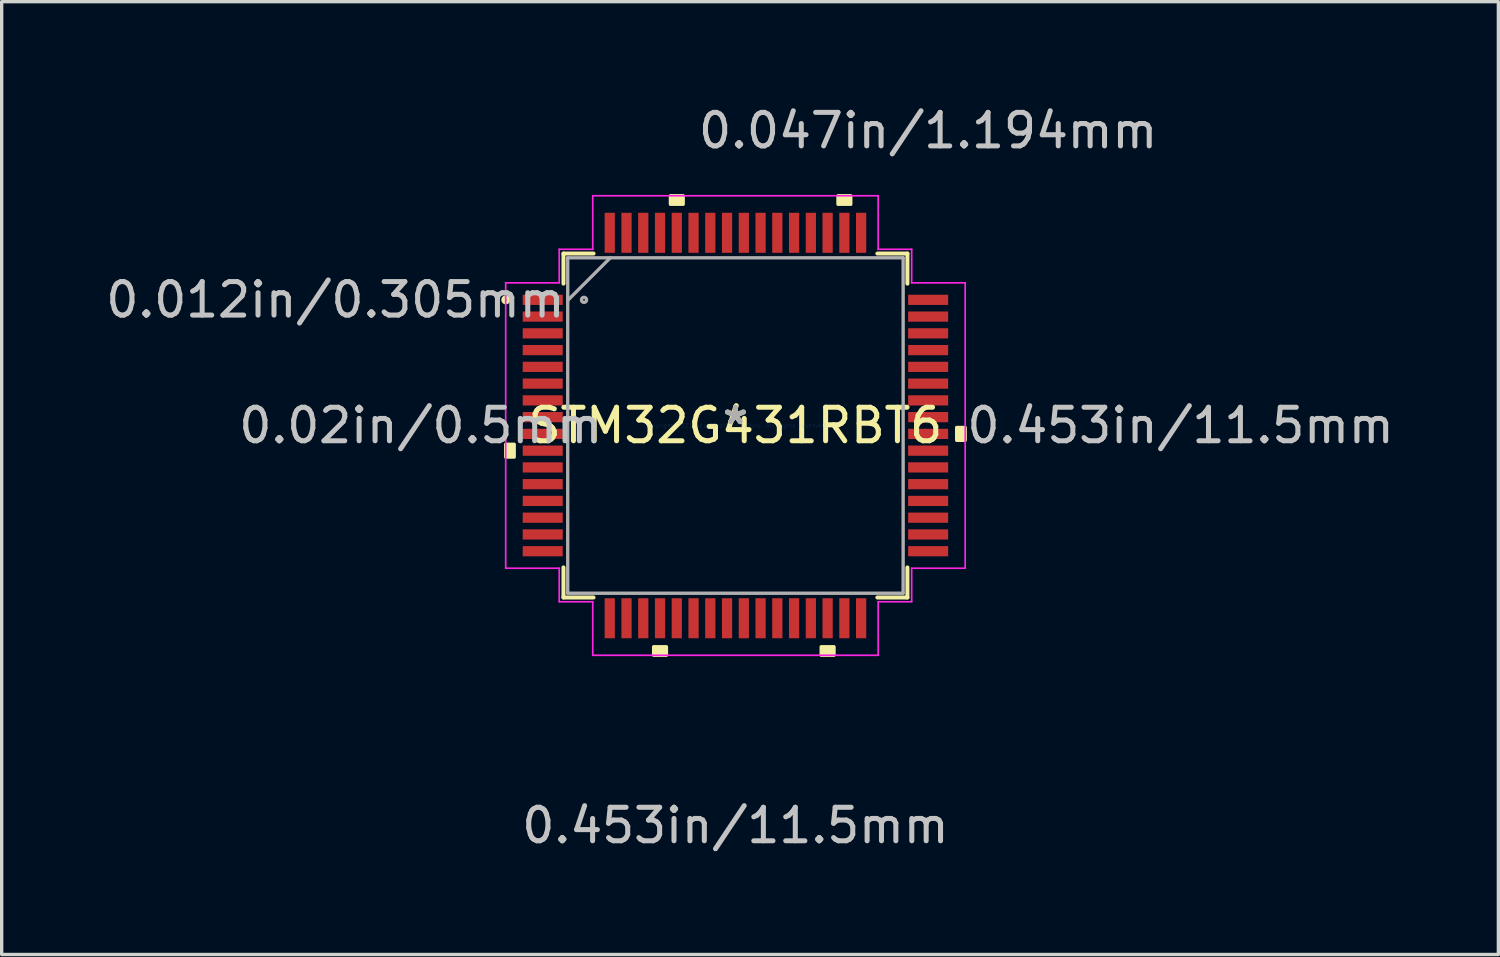
<source format=kicad_pcb>
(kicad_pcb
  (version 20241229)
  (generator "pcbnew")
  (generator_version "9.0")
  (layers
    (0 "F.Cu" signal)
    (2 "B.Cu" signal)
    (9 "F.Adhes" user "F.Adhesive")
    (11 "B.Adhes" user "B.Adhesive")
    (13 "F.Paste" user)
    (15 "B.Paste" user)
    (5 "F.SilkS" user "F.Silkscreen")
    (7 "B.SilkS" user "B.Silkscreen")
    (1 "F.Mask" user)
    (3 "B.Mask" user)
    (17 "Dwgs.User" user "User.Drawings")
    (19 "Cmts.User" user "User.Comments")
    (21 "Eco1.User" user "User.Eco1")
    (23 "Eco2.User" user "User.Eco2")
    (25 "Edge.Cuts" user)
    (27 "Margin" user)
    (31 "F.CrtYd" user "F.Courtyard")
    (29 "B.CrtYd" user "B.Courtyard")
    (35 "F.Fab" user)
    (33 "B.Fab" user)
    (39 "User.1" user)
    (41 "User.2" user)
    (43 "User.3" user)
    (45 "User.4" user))
  (footprint "STM32G431RBT6"
    (layer "F.Cu")
    (at 18.893 9.646)
    (property "Reference" "STM32G431RBT6" (at 0 0 0) (layer "F.SilkS") (effects (font (size 1 1) (thickness 0.15))))
    (attr through_hole)
    (fp_line (start -5.131 -5.131) (end -5.131 -4.234) (stroke (width 0.12) (type solid)) (layer "F.SilkS"))
    (fp_line (start -5.131 4.234) (end -5.131 5.131) (stroke (width 0.12) (type solid)) (layer "F.SilkS"))
    (fp_line (start -5.131 5.131) (end -4.234 5.131) (stroke (width 0.12) (type solid)) (layer "F.SilkS"))
    (fp_line (start -4.234 -5.131) (end -5.131 -5.131) (stroke (width 0.12) (type solid)) (layer "F.SilkS"))
    (fp_line (start 4.234 5.131) (end 5.131 5.131) (stroke (width 0.12) (type solid)) (layer "F.SilkS"))
    (fp_line (start 5.131 -5.131) (end 4.234 -5.131) (stroke (width 0.12) (type solid)) (layer "F.SilkS"))
    (fp_line (start 5.131 -4.234) (end 5.131 -5.131) (stroke (width 0.12) (type solid)) (layer "F.SilkS"))
    (fp_line (start 5.131 5.131) (end 5.131 4.234) (stroke (width 0.12) (type solid)) (layer "F.SilkS"))
    (fp_circle (center -6.851 -3.75) (end -6.775 -3.75) (stroke (width 0.12) (type solid)) (fill no) (layer "F.SilkS"))
    (fp_poly (pts (xy -6.855 0.56) (xy -6.855 0.941) (xy -6.601 0.941) (xy -6.601 0.56)) (stroke (width 0.1) (type solid)) (fill yes) (layer "F.SilkS"))
    (fp_poly (pts (xy -2.441 6.601) (xy -2.441 6.855) (xy -2.06 6.855) (xy -2.06 6.601)) (stroke (width 0.1) (type solid)) (fill yes) (layer "F.SilkS"))
    (fp_poly (pts (xy -1.94 -6.601) (xy -1.94 -6.855) (xy -1.559 -6.855) (xy -1.559 -6.601)) (stroke (width 0.1) (type solid)) (fill yes) (layer "F.SilkS"))
    (fp_poly (pts (xy 2.559 6.601) (xy 2.559 6.855) (xy 2.941 6.855) (xy 2.941 6.601)) (stroke (width 0.1) (type solid)) (fill yes) (layer "F.SilkS"))
    (fp_poly (pts (xy 3.06 -6.601) (xy 3.06 -6.855) (xy 3.441 -6.855) (xy 3.441 -6.601)) (stroke (width 0.1) (type solid)) (fill yes) (layer "F.SilkS"))
    (fp_poly (pts (xy 6.855 0.059) (xy 6.855 0.441) (xy 6.601 0.441) (xy 6.601 0.059)) (stroke (width 0.1) (type solid)) (fill yes) (layer "F.SilkS"))
    (fp_line (start -6.855 -4.258) (end -5.258 -4.258) (stroke (width 0.05) (type solid)) (layer "F.CrtYd"))
    (fp_line (start -6.855 4.258) (end -6.855 -4.258) (stroke (width 0.05) (type solid)) (layer "F.CrtYd"))
    (fp_line (start -5.258 -5.258) (end -4.258 -5.258) (stroke (width 0.05) (type solid)) (layer "F.CrtYd"))
    (fp_line (start -5.258 -4.258) (end -5.258 -5.258) (stroke (width 0.05) (type solid)) (layer "F.CrtYd"))
    (fp_line (start -5.258 4.258) (end -6.855 4.258) (stroke (width 0.05) (type solid)) (layer "F.CrtYd"))
    (fp_line (start -5.258 5.258) (end -5.258 4.258) (stroke (width 0.05) (type solid)) (layer "F.CrtYd"))
    (fp_line (start -4.258 -6.855) (end 4.258 -6.855) (stroke (width 0.05) (type solid)) (layer "F.CrtYd"))
    (fp_line (start -4.258 -5.258) (end -4.258 -6.855) (stroke (width 0.05) (type solid)) (layer "F.CrtYd"))
    (fp_line (start -4.258 5.258) (end -5.258 5.258) (stroke (width 0.05) (type solid)) (layer "F.CrtYd"))
    (fp_line (start -4.258 6.855) (end -4.258 5.258) (stroke (width 0.05) (type solid)) (layer "F.CrtYd"))
    (fp_line (start 4.258 -6.855) (end 4.258 -5.258) (stroke (width 0.05) (type solid)) (layer "F.CrtYd"))
    (fp_line (start 4.258 -5.258) (end 5.258 -5.258) (stroke (width 0.05) (type solid)) (layer "F.CrtYd"))
    (fp_line (start 4.258 5.258) (end 4.258 6.855) (stroke (width 0.05) (type solid)) (layer "F.CrtYd"))
    (fp_line (start 4.258 6.855) (end -4.258 6.855) (stroke (width 0.05) (type solid)) (layer "F.CrtYd"))
    (fp_line (start 5.258 -5.258) (end 5.258 -4.258) (stroke (width 0.05) (type solid)) (layer "F.CrtYd"))
    (fp_line (start 5.258 -4.258) (end 6.855 -4.258) (stroke (width 0.05) (type solid)) (layer "F.CrtYd"))
    (fp_line (start 5.258 4.258) (end 5.258 5.258) (stroke (width 0.05) (type solid)) (layer "F.CrtYd"))
    (fp_line (start 5.258 5.258) (end 4.258 5.258) (stroke (width 0.05) (type solid)) (layer "F.CrtYd"))
    (fp_line (start 6.855 -4.258) (end 6.855 4.258) (stroke (width 0.05) (type solid)) (layer "F.CrtYd"))
    (fp_line (start 6.855 4.258) (end 5.258 4.258) (stroke (width 0.05) (type solid)) (layer "F.CrtYd"))
    (fp_line (start -5.004 -5.004) (end -5.004 5.004) (stroke (width 0.1) (type solid)) (layer "F.Fab"))
    (fp_line (start -5.004 -3.734) (end -3.734 -5.004) (stroke (width 0.1) (type solid)) (layer "F.Fab"))
    (fp_line (start -5.004 5.004) (end 5.004 5.004) (stroke (width 0.1) (type solid)) (layer "F.Fab"))
    (fp_line (start 5.004 -5.004) (end -5.004 -5.004) (stroke (width 0.1) (type solid)) (layer "F.Fab"))
    (fp_line (start 5.004 5.004) (end 5.004 -5.004) (stroke (width 0.1) (type solid)) (layer "F.Fab"))
    (fp_circle (center -4.518 -3.75) (end -4.442 -3.75) (stroke (width 0.1) (type solid)) (fill no) (layer "F.Fab"))
    (fp_text user "*" (at 0 0 0) (layer "F.SilkS") (effects (font (size 1 1) (thickness 0.15))))
    (fp_text user "0.453in/11.5mm" (at 13.281 0 0) (layer "Dwgs.User") (effects (font (size 1 1) (thickness 0.15))))
    (fp_text user "0.453in/11.5mm" (at 0 11.935 0) (layer "Dwgs.User") (effects (font (size 1 1) (thickness 0.15))))
    (fp_text user "0.02in/0.5mm" (at -9.395 0 0) (layer "Dwgs.User") (effects (font (size 1 1) (thickness 0.15))))
    (fp_text user "0.047in/1.194mm" (at 5.75 -8.798 0) (layer "Dwgs.User") (effects (font (size 1 1) (thickness 0.15))))
    (fp_text user "0.012in/0.305mm" (at -11.935 -3.75 0) (layer "Dwgs.User") (effects (font (size 1 1) (thickness 0.15))))
    (fp_text user "Copyright 2021 Accelerated Designs. All rights reserved." (at 0 0 0) (layer "Cmts.User") (effects (font (size 0.127 0.127) (thickness 0.002))))
    (fp_text user "*" (at 0 0 0) (layer "F.Fab") (effects (font (size 1 1) (thickness 0.15))))
    (pad "1" smd rect (at -5.75 -3.75) (size 1.194 0.305) (layers "F.Cu" "F.Mask" "F.Paste"))
    (pad "2" smd rect (at -5.75 -3.25) (size 1.194 0.305) (layers "F.Cu" "F.Mask" "F.Paste"))
    (pad "3" smd rect (at -5.75 -2.75) (size 1.194 0.305) (layers "F.Cu" "F.Mask" "F.Paste"))
    (pad "4" smd rect (at -5.75 -2.25) (size 1.194 0.305) (layers "F.Cu" "F.Mask" "F.Paste"))
    (pad "5" smd rect (at -5.75 -1.75) (size 1.194 0.305) (layers "F.Cu" "F.Mask" "F.Paste"))
    (pad "6" smd rect (at -5.75 -1.25) (size 1.194 0.305) (layers "F.Cu" "F.Mask" "F.Paste"))
    (pad "7" smd rect (at -5.75 -0.75) (size 1.194 0.305) (layers "F.Cu" "F.Mask" "F.Paste"))
    (pad "8" smd rect (at -5.75 -0.25) (size 1.194 0.305) (layers "F.Cu" "F.Mask" "F.Paste"))
    (pad "9" smd rect (at -5.75 0.25) (size 1.194 0.305) (layers "F.Cu" "F.Mask" "F.Paste"))
    (pad "10" smd rect (at -5.75 0.75) (size 1.194 0.305) (layers "F.Cu" "F.Mask" "F.Paste"))
    (pad "11" smd rect (at -5.75 1.25) (size 1.194 0.305) (layers "F.Cu" "F.Mask" "F.Paste"))
    (pad "12" smd rect (at -5.75 1.75) (size 1.194 0.305) (layers "F.Cu" "F.Mask" "F.Paste"))
    (pad "13" smd rect (at -5.75 2.25) (size 1.194 0.305) (layers "F.Cu" "F.Mask" "F.Paste"))
    (pad "14" smd rect (at -5.75 2.75) (size 1.194 0.305) (layers "F.Cu" "F.Mask" "F.Paste"))
    (pad "15" smd rect (at -5.75 3.25) (size 1.194 0.305) (layers "F.Cu" "F.Mask" "F.Paste"))
    (pad "16" smd rect (at -5.75 3.75) (size 1.194 0.305) (layers "F.Cu" "F.Mask" "F.Paste"))
    (pad "17" smd rect (at -3.75 5.75 90) (size 1.194 0.305) (layers "F.Cu" "F.Mask" "F.Paste"))
    (pad "18" smd rect (at -3.25 5.75 90) (size 1.194 0.305) (layers "F.Cu" "F.Mask" "F.Paste"))
    (pad "19" smd rect (at -2.75 5.75 90) (size 1.194 0.305) (layers "F.Cu" "F.Mask" "F.Paste"))
    (pad "20" smd rect (at -2.25 5.75 90) (size 1.194 0.305) (layers "F.Cu" "F.Mask" "F.Paste"))
    (pad "21" smd rect (at -1.75 5.75 90) (size 1.194 0.305) (layers "F.Cu" "F.Mask" "F.Paste"))
    (pad "22" smd rect (at -1.25 5.75 90) (size 1.194 0.305) (layers "F.Cu" "F.Mask" "F.Paste"))
    (pad "23" smd rect (at -0.75 5.75 90) (size 1.194 0.305) (layers "F.Cu" "F.Mask" "F.Paste"))
    (pad "24" smd rect (at -0.25 5.75 90) (size 1.194 0.305) (layers "F.Cu" "F.Mask" "F.Paste"))
    (pad "25" smd rect (at 0.25 5.75 90) (size 1.194 0.305) (layers "F.Cu" "F.Mask" "F.Paste"))
    (pad "26" smd rect (at 0.75 5.75 90) (size 1.194 0.305) (layers "F.Cu" "F.Mask" "F.Paste"))
    (pad "27" smd rect (at 1.25 5.75 90) (size 1.194 0.305) (layers "F.Cu" "F.Mask" "F.Paste"))
    (pad "28" smd rect (at 1.75 5.75 90) (size 1.194 0.305) (layers "F.Cu" "F.Mask" "F.Paste"))
    (pad "29" smd rect (at 2.25 5.75 90) (size 1.194 0.305) (layers "F.Cu" "F.Mask" "F.Paste"))
    (pad "30" smd rect (at 2.75 5.75 90) (size 1.194 0.305) (layers "F.Cu" "F.Mask" "F.Paste"))
    (pad "31" smd rect (at 3.25 5.75 90) (size 1.194 0.305) (layers "F.Cu" "F.Mask" "F.Paste"))
    (pad "32" smd rect (at 3.75 5.75 90) (size 1.194 0.305) (layers "F.Cu" "F.Mask" "F.Paste"))
    (pad "33" smd rect (at 5.75 3.75) (size 1.194 0.305) (layers "F.Cu" "F.Mask" "F.Paste"))
    (pad "34" smd rect (at 5.75 3.25) (size 1.194 0.305) (layers "F.Cu" "F.Mask" "F.Paste"))
    (pad "35" smd rect (at 5.75 2.75) (size 1.194 0.305) (layers "F.Cu" "F.Mask" "F.Paste"))
    (pad "36" smd rect (at 5.75 2.25) (size 1.194 0.305) (layers "F.Cu" "F.Mask" "F.Paste"))
    (pad "37" smd rect (at 5.75 1.75) (size 1.194 0.305) (layers "F.Cu" "F.Mask" "F.Paste"))
    (pad "38" smd rect (at 5.75 1.25) (size 1.194 0.305) (layers "F.Cu" "F.Mask" "F.Paste"))
    (pad "39" smd rect (at 5.75 0.75) (size 1.194 0.305) (layers "F.Cu" "F.Mask" "F.Paste"))
    (pad "40" smd rect (at 5.75 0.25) (size 1.194 0.305) (layers "F.Cu" "F.Mask" "F.Paste"))
    (pad "41" smd rect (at 5.75 -0.25) (size 1.194 0.305) (layers "F.Cu" "F.Mask" "F.Paste"))
    (pad "42" smd rect (at 5.75 -0.75) (size 1.194 0.305) (layers "F.Cu" "F.Mask" "F.Paste"))
    (pad "43" smd rect (at 5.75 -1.25) (size 1.194 0.305) (layers "F.Cu" "F.Mask" "F.Paste"))
    (pad "44" smd rect (at 5.75 -1.75) (size 1.194 0.305) (layers "F.Cu" "F.Mask" "F.Paste"))
    (pad "45" smd rect (at 5.75 -2.25) (size 1.194 0.305) (layers "F.Cu" "F.Mask" "F.Paste"))
    (pad "46" smd rect (at 5.75 -2.75) (size 1.194 0.305) (layers "F.Cu" "F.Mask" "F.Paste"))
    (pad "47" smd rect (at 5.75 -3.25) (size 1.194 0.305) (layers "F.Cu" "F.Mask" "F.Paste"))
    (pad "48" smd rect (at 5.75 -3.75) (size 1.194 0.305) (layers "F.Cu" "F.Mask" "F.Paste"))
    (pad "49" smd rect (at 3.75 -5.75 90) (size 1.194 0.305) (layers "F.Cu" "F.Mask" "F.Paste"))
    (pad "50" smd rect (at 3.25 -5.75 90) (size 1.194 0.305) (layers "F.Cu" "F.Mask" "F.Paste"))
    (pad "51" smd rect (at 2.75 -5.75 90) (size 1.194 0.305) (layers "F.Cu" "F.Mask" "F.Paste"))
    (pad "52" smd rect (at 2.25 -5.75 90) (size 1.194 0.305) (layers "F.Cu" "F.Mask" "F.Paste"))
    (pad "53" smd rect (at 1.75 -5.75 90) (size 1.194 0.305) (layers "F.Cu" "F.Mask" "F.Paste"))
    (pad "54" smd rect (at 1.25 -5.75 90) (size 1.194 0.305) (layers "F.Cu" "F.Mask" "F.Paste"))
    (pad "55" smd rect (at 0.75 -5.75 90) (size 1.194 0.305) (layers "F.Cu" "F.Mask" "F.Paste"))
    (pad "56" smd rect (at 0.25 -5.75 90) (size 1.194 0.305) (layers "F.Cu" "F.Mask" "F.Paste"))
    (pad "57" smd rect (at -0.25 -5.75 90) (size 1.194 0.305) (layers "F.Cu" "F.Mask" "F.Paste"))
    (pad "58" smd rect (at -0.75 -5.75 90) (size 1.194 0.305) (layers "F.Cu" "F.Mask" "F.Paste"))
    (pad "59" smd rect (at -1.25 -5.75 90) (size 1.194 0.305) (layers "F.Cu" "F.Mask" "F.Paste"))
    (pad "60" smd rect (at -1.75 -5.75 90) (size 1.194 0.305) (layers "F.Cu" "F.Mask" "F.Paste"))
    (pad "61" smd rect (at -2.25 -5.75 90) (size 1.194 0.305) (layers "F.Cu" "F.Mask" "F.Paste"))
    (pad "62" smd rect (at -2.75 -5.75 90) (size 1.194 0.305) (layers "F.Cu" "F.Mask" "F.Paste"))
    (pad "63" smd rect (at -3.25 -5.75 90) (size 1.194 0.305) (layers "F.Cu" "F.Mask" "F.Paste"))
    (pad "64" smd rect (at -3.75 -5.75 90) (size 1.194 0.305) (layers "F.Cu" "F.Mask" "F.Paste")))
  (gr_rect
    (start -3 -3)
    (end 41.656 25.429)
    (stroke (width 0.1) (type default))
    (fill no)
    (layer "Edge.Cuts")))
</source>
